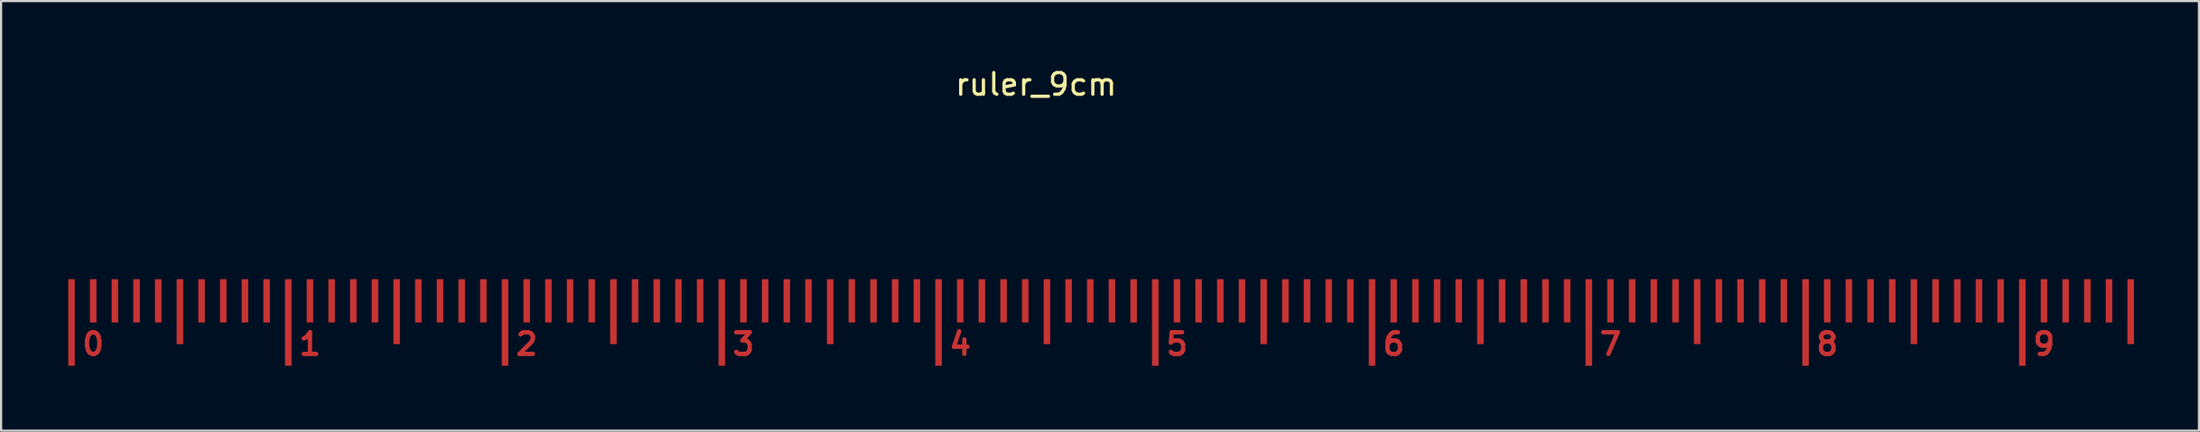
<source format=kicad_pcb>
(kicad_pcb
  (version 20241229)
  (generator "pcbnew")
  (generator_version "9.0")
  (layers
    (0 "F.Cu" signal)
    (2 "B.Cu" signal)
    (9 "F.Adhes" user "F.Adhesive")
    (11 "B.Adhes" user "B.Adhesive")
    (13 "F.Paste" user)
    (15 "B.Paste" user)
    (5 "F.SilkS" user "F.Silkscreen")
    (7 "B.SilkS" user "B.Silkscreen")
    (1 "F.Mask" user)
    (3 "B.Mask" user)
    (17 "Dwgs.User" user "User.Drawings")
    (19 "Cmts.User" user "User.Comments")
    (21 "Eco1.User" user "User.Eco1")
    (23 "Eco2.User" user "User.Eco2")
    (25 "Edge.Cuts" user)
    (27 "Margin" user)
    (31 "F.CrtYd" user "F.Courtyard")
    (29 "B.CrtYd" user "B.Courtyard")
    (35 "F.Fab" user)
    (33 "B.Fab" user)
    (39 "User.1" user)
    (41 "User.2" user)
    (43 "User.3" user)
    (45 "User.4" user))
  (footprint "ruler_9cm"
    (layer "F.Cu")
    (at 0.25 6.848)
    (property "Reference" "ruler_9cm" (at 44.5 -6 0) (unlocked yes) (layer "F.SilkS") (effects (font (size 1 1) (thickness 0.15))))
    (attr smd)
    (fp_text user "5" (at 51 6 0) (unlocked yes) (layer "F.Cu") (effects (font (size 1 1) (thickness 0.2))))
    (fp_text user "1" (at 11 6 0) (unlocked yes) (layer "F.Cu") (effects (font (size 1 1) (thickness 0.2))))
    (fp_text user "7" (at 71 6 0) (unlocked yes) (layer "F.Cu") (effects (font (size 1 1) (thickness 0.2))))
    (fp_text user "9" (at 91 6 0) (unlocked yes) (layer "F.Cu") (effects (font (size 1 1) (thickness 0.2))))
    (fp_text user "4" (at 41 6 0) (unlocked yes) (layer "F.Cu") (effects (font (size 1 1) (thickness 0.2))))
    (fp_text user "0" (at 1 6 0) (unlocked yes) (layer "F.Cu") (effects (font (size 1 1) (thickness 0.2))))
    (fp_text user "2" (at 21 6 0) (unlocked yes) (layer "F.Cu") (effects (font (size 1 1) (thickness 0.2))))
    (fp_text user "6" (at 61 6 0) (unlocked yes) (layer "F.Cu") (effects (font (size 1 1) (thickness 0.2))))
    (fp_text user "3" (at 31 6 0) (unlocked yes) (layer "F.Cu") (effects (font (size 1 1) (thickness 0.2))))
    (fp_text user "8" (at 81 6 0) (unlocked yes) (layer "F.Cu") (effects (font (size 1 1) (thickness 0.2))))
    (fp_text user "0" (at 1 6 0) (unlocked yes) (layer "F.Mask") (effects (font (size 1 1) (thickness 0.2))))
    (fp_text user "8" (at 81 6 0) (unlocked yes) (layer "F.Mask") (effects (font (size 1 1) (thickness 0.2))))
    (fp_text user "7" (at 71 6 0) (unlocked yes) (layer "F.Mask") (effects (font (size 1 1) (thickness 0.2))))
    (fp_text user "2" (at 21 6 0) (unlocked yes) (layer "F.Mask") (effects (font (size 1 1) (thickness 0.2))))
    (fp_text user "4" (at 41 6 0) (unlocked yes) (layer "F.Mask") (effects (font (size 1 1) (thickness 0.2))))
    (fp_text user "6" (at 61 6 0) (unlocked yes) (layer "F.Mask") (effects (font (size 1 1) (thickness 0.2))))
    (fp_text user "5" (at 51 6 0) (unlocked yes) (layer "F.Mask") (effects (font (size 1 1) (thickness 0.2))))
    (fp_text user "9" (at 91 6 0) (unlocked yes) (layer "F.Mask") (effects (font (size 1 1) (thickness 0.2))))
    (fp_text user "1" (at 11 6 0) (unlocked yes) (layer "F.Mask") (effects (font (size 1 1) (thickness 0.2))))
    (fp_text user "3" (at 31 6 0) (unlocked yes) (layer "F.Mask") (effects (font (size 1 1) (thickness 0.2))))
    (pad "3" smd rect (at 0 5) (size 0.3 4) (layers "F.Cu" "F.Mask" "F.Paste"))
    (pad "5" smd rect (at 10 5) (size 0.3 4) (layers "F.Cu" "F.Mask" "F.Paste"))
    (pad "6" smd rect (at 20 5) (size 0.3 4) (layers "F.Cu" "F.Mask" "F.Paste"))
    (pad "7" smd rect (at 30 5) (size 0.3 4) (layers "F.Cu" "F.Mask" "F.Paste"))
    (pad "8" smd rect (at 40 5) (size 0.3 4) (layers "F.Cu" "F.Mask" "F.Paste"))
    (pad "9" smd rect (at 50 5) (size 0.3 4) (layers "F.Cu" "F.Mask" "F.Paste"))
    (pad "10" smd rect (at 60 5) (size 0.3 4) (layers "F.Cu" "F.Mask" "F.Paste"))
    (pad "11" smd rect (at 70 5) (size 0.3 4) (layers "F.Cu" "F.Mask" "F.Paste"))
    (pad "12" smd rect (at 80 5) (size 0.3 4) (layers "F.Cu" "F.Mask" "F.Paste"))
    (pad "13" smd rect (at 90 5) (size 0.3 4) (layers "F.Cu" "F.Mask" "F.Paste"))
    (pad "14" smd rect (at 5 4.5) (size 0.3 3) (layers "F.Cu" "F.Mask" "F.Paste"))
    (pad "15" smd rect (at 15 4.5) (size 0.3 3) (layers "F.Cu" "F.Mask" "F.Paste"))
    (pad "16" smd rect (at 25 4.5) (size 0.3 3) (layers "F.Cu" "F.Mask" "F.Paste"))
    (pad "17" smd rect (at 35 4.5) (size 0.3 3) (layers "F.Cu" "F.Mask" "F.Paste"))
    (pad "18" smd rect (at 45 4.5) (size 0.3 3) (layers "F.Cu" "F.Mask" "F.Paste"))
    (pad "19" smd rect (at 55 4.5) (size 0.3 3) (layers "F.Cu" "F.Mask" "F.Paste"))
    (pad "20" smd rect (at 65 4.5) (size 0.3 3) (layers "F.Cu" "F.Mask" "F.Paste"))
    (pad "21" smd rect (at 85 4.5) (size 0.3 3) (layers "F.Cu" "F.Mask" "F.Paste"))
    (pad "22" smd rect (at 75 4.5) (size 0.3 3) (layers "F.Cu" "F.Mask" "F.Paste"))
    (pad "23" smd rect (at 95 4.5) (size 0.3 3) (layers "F.Cu" "F.Mask" "F.Paste"))
    (pad "24" smd rect (at 1 4) (size 0.3 2) (layers "F.Cu" "F.Mask" "F.Paste"))
    (pad "25" smd rect (at 2 4) (size 0.3 2) (layers "F.Cu" "F.Mask" "F.Paste"))
    (pad "26" smd rect (at 3 4) (size 0.3 2) (layers "F.Cu" "F.Mask" "F.Paste"))
    (pad "27" smd rect (at 4 4) (size 0.3 2) (layers "F.Cu" "F.Mask" "F.Paste"))
    (pad "28" smd rect (at 6 4) (size 0.3 2) (layers "F.Cu" "F.Mask" "F.Paste"))
    (pad "29" smd rect (at 7 4) (size 0.3 2) (layers "F.Cu" "F.Mask" "F.Paste"))
    (pad "30" smd rect (at 8 4) (size 0.3 2) (layers "F.Cu" "F.Mask" "F.Paste"))
    (pad "31" smd rect (at 9 4) (size 0.3 2) (layers "F.Cu" "F.Mask" "F.Paste"))
    (pad "32" smd rect (at 11 4) (size 0.3 2) (layers "F.Cu" "F.Mask" "F.Paste"))
    (pad "33" smd rect (at 12 4) (size 0.3 2) (layers "F.Cu" "F.Mask" "F.Paste"))
    (pad "34" smd rect (at 13 4) (size 0.3 2) (layers "F.Cu" "F.Mask" "F.Paste"))
    (pad "35" smd rect (at 14 4) (size 0.3 2) (layers "F.Cu" "F.Mask" "F.Paste"))
    (pad "36" smd rect (at 16 4) (size 0.3 2) (layers "F.Cu" "F.Mask" "F.Paste"))
    (pad "37" smd rect (at 17 4) (size 0.3 2) (layers "F.Cu" "F.Mask" "F.Paste"))
    (pad "38" smd rect (at 18 4) (size 0.3 2) (layers "F.Cu" "F.Mask" "F.Paste"))
    (pad "39" smd rect (at 19 4) (size 0.3 2) (layers "F.Cu" "F.Mask" "F.Paste"))
    (pad "40" smd rect (at 21 4) (size 0.3 2) (layers "F.Cu" "F.Mask" "F.Paste"))
    (pad "41" smd rect (at 22 4) (size 0.3 2) (layers "F.Cu" "F.Mask" "F.Paste"))
    (pad "42" smd rect (at 23 4) (size 0.3 2) (layers "F.Cu" "F.Mask" "F.Paste"))
    (pad "43" smd rect (at 24 4) (size 0.3 2) (layers "F.Cu" "F.Mask" "F.Paste"))
    (pad "44" smd rect (at 26 4) (size 0.3 2) (layers "F.Cu" "F.Mask" "F.Paste"))
    (pad "45" smd rect (at 27 4) (size 0.3 2) (layers "F.Cu" "F.Mask" "F.Paste"))
    (pad "46" smd rect (at 28 4) (size 0.3 2) (layers "F.Cu" "F.Mask" "F.Paste"))
    (pad "47" smd rect (at 29 4) (size 0.3 2) (layers "F.Cu" "F.Mask" "F.Paste"))
    (pad "48" smd rect (at 31 4) (size 0.3 2) (layers "F.Cu" "F.Mask" "F.Paste"))
    (pad "49" smd rect (at 32 4) (size 0.3 2) (layers "F.Cu" "F.Mask" "F.Paste"))
    (pad "50" smd rect (at 33 4) (size 0.3 2) (layers "F.Cu" "F.Mask" "F.Paste"))
    (pad "51" smd rect (at 34 4) (size 0.3 2) (layers "F.Cu" "F.Mask" "F.Paste"))
    (pad "52" smd rect (at 36 4) (size 0.3 2) (layers "F.Cu" "F.Mask" "F.Paste"))
    (pad "53" smd rect (at 37 4) (size 0.3 2) (layers "F.Cu" "F.Mask" "F.Paste"))
    (pad "54" smd rect (at 38 4) (size 0.3 2) (layers "F.Cu" "F.Mask" "F.Paste"))
    (pad "55" smd rect (at 39 4) (size 0.3 2) (layers "F.Cu" "F.Mask" "F.Paste"))
    (pad "56" smd rect (at 41 4) (size 0.3 2) (layers "F.Cu" "F.Mask" "F.Paste"))
    (pad "57" smd rect (at 42 4) (size 0.3 2) (layers "F.Cu" "F.Mask" "F.Paste"))
    (pad "58" smd rect (at 43 4) (size 0.3 2) (layers "F.Cu" "F.Mask" "F.Paste"))
    (pad "59" smd rect (at 44 4) (size 0.3 2) (layers "F.Cu" "F.Mask" "F.Paste"))
    (pad "60" smd rect (at 46 4) (size 0.3 2) (layers "F.Cu" "F.Mask" "F.Paste"))
    (pad "61" smd rect (at 47 4) (size 0.3 2) (layers "F.Cu" "F.Mask" "F.Paste"))
    (pad "62" smd rect (at 48 4) (size 0.3 2) (layers "F.Cu" "F.Mask" "F.Paste"))
    (pad "63" smd rect (at 49 4) (size 0.3 2) (layers "F.Cu" "F.Mask" "F.Paste"))
    (pad "64" smd rect (at 51 4) (size 0.3 2) (layers "F.Cu" "F.Mask" "F.Paste"))
    (pad "65" smd rect (at 52 4) (size 0.3 2) (layers "F.Cu" "F.Mask" "F.Paste"))
    (pad "66" smd rect (at 53 4) (size 0.3 2) (layers "F.Cu" "F.Mask" "F.Paste"))
    (pad "67" smd rect (at 54 4) (size 0.3 2) (layers "F.Cu" "F.Mask" "F.Paste"))
    (pad "68" smd rect (at 56 4) (size 0.3 2) (layers "F.Cu" "F.Mask" "F.Paste"))
    (pad "69" smd rect (at 57 4) (size 0.3 2) (layers "F.Cu" "F.Mask" "F.Paste"))
    (pad "70" smd rect (at 58 4) (size 0.3 2) (layers "F.Cu" "F.Mask" "F.Paste"))
    (pad "71" smd rect (at 59 4) (size 0.3 2) (layers "F.Cu" "F.Mask" "F.Paste"))
    (pad "72" smd rect (at 61 4) (size 0.3 2) (layers "F.Cu" "F.Mask" "F.Paste"))
    (pad "73" smd rect (at 62 4) (size 0.3 2) (layers "F.Cu" "F.Mask" "F.Paste"))
    (pad "74" smd rect (at 63 4) (size 0.3 2) (layers "F.Cu" "F.Mask" "F.Paste"))
    (pad "75" smd rect (at 64 4) (size 0.3 2) (layers "F.Cu" "F.Mask" "F.Paste"))
    (pad "76" smd rect (at 66 4) (size 0.3 2) (layers "F.Cu" "F.Mask" "F.Paste"))
    (pad "77" smd rect (at 67 4) (size 0.3 2) (layers "F.Cu" "F.Mask" "F.Paste"))
    (pad "78" smd rect (at 68 4) (size 0.3 2) (layers "F.Cu" "F.Mask" "F.Paste"))
    (pad "79" smd rect (at 69 4) (size 0.3 2) (layers "F.Cu" "F.Mask" "F.Paste"))
    (pad "80" smd rect (at 71 4) (size 0.3 2) (layers "F.Cu" "F.Mask" "F.Paste"))
    (pad "81" smd rect (at 72 4) (size 0.3 2) (layers "F.Cu" "F.Mask" "F.Paste"))
    (pad "82" smd rect (at 73 4) (size 0.3 2) (layers "F.Cu" "F.Mask" "F.Paste"))
    (pad "83" smd rect (at 74 4) (size 0.3 2) (layers "F.Cu" "F.Mask" "F.Paste"))
    (pad "84" smd rect (at 76 4) (size 0.3 2) (layers "F.Cu" "F.Mask" "F.Paste"))
    (pad "85" smd rect (at 77 4) (size 0.3 2) (layers "F.Cu" "F.Mask" "F.Paste"))
    (pad "86" smd rect (at 78 4) (size 0.3 2) (layers "F.Cu" "F.Mask" "F.Paste"))
    (pad "87" smd rect (at 79 4) (size 0.3 2) (layers "F.Cu" "F.Mask" "F.Paste"))
    (pad "88" smd rect (at 81 4) (size 0.3 2) (layers "F.Cu" "F.Mask" "F.Paste"))
    (pad "89" smd rect (at 82 4) (size 0.3 2) (layers "F.Cu" "F.Mask" "F.Paste"))
    (pad "90" smd rect (at 83 4) (size 0.3 2) (layers "F.Cu" "F.Mask" "F.Paste"))
    (pad "91" smd rect (at 84 4) (size 0.3 2) (layers "F.Cu" "F.Mask" "F.Paste"))
    (pad "92" smd rect (at 86 4) (size 0.3 2) (layers "F.Cu" "F.Mask" "F.Paste"))
    (pad "93" smd rect (at 87 4) (size 0.3 2) (layers "F.Cu" "F.Mask" "F.Paste"))
    (pad "94" smd rect (at 88 4) (size 0.3 2) (layers "F.Cu" "F.Mask" "F.Paste"))
    (pad "95" smd rect (at 89 4) (size 0.3 2) (layers "F.Cu" "F.Mask" "F.Paste"))
    (pad "96" smd rect (at 91 4) (size 0.3 2) (layers "F.Cu" "F.Mask" "F.Paste"))
    (pad "97" smd rect (at 92 4) (size 0.3 2) (layers "F.Cu" "F.Mask" "F.Paste"))
    (pad "98" smd rect (at 93 4) (size 0.3 2) (layers "F.Cu" "F.Mask" "F.Paste"))
    (pad "99" smd rect (at 94 4) (size 0.3 2) (layers "F.Cu" "F.Mask" "F.Paste")))
  (gr_rect
    (start -3 -3)
    (end 98.4 16.848)
    (stroke (width 0.1) (type default))
    (fill no)
    (layer "Edge.Cuts")))
</source>
